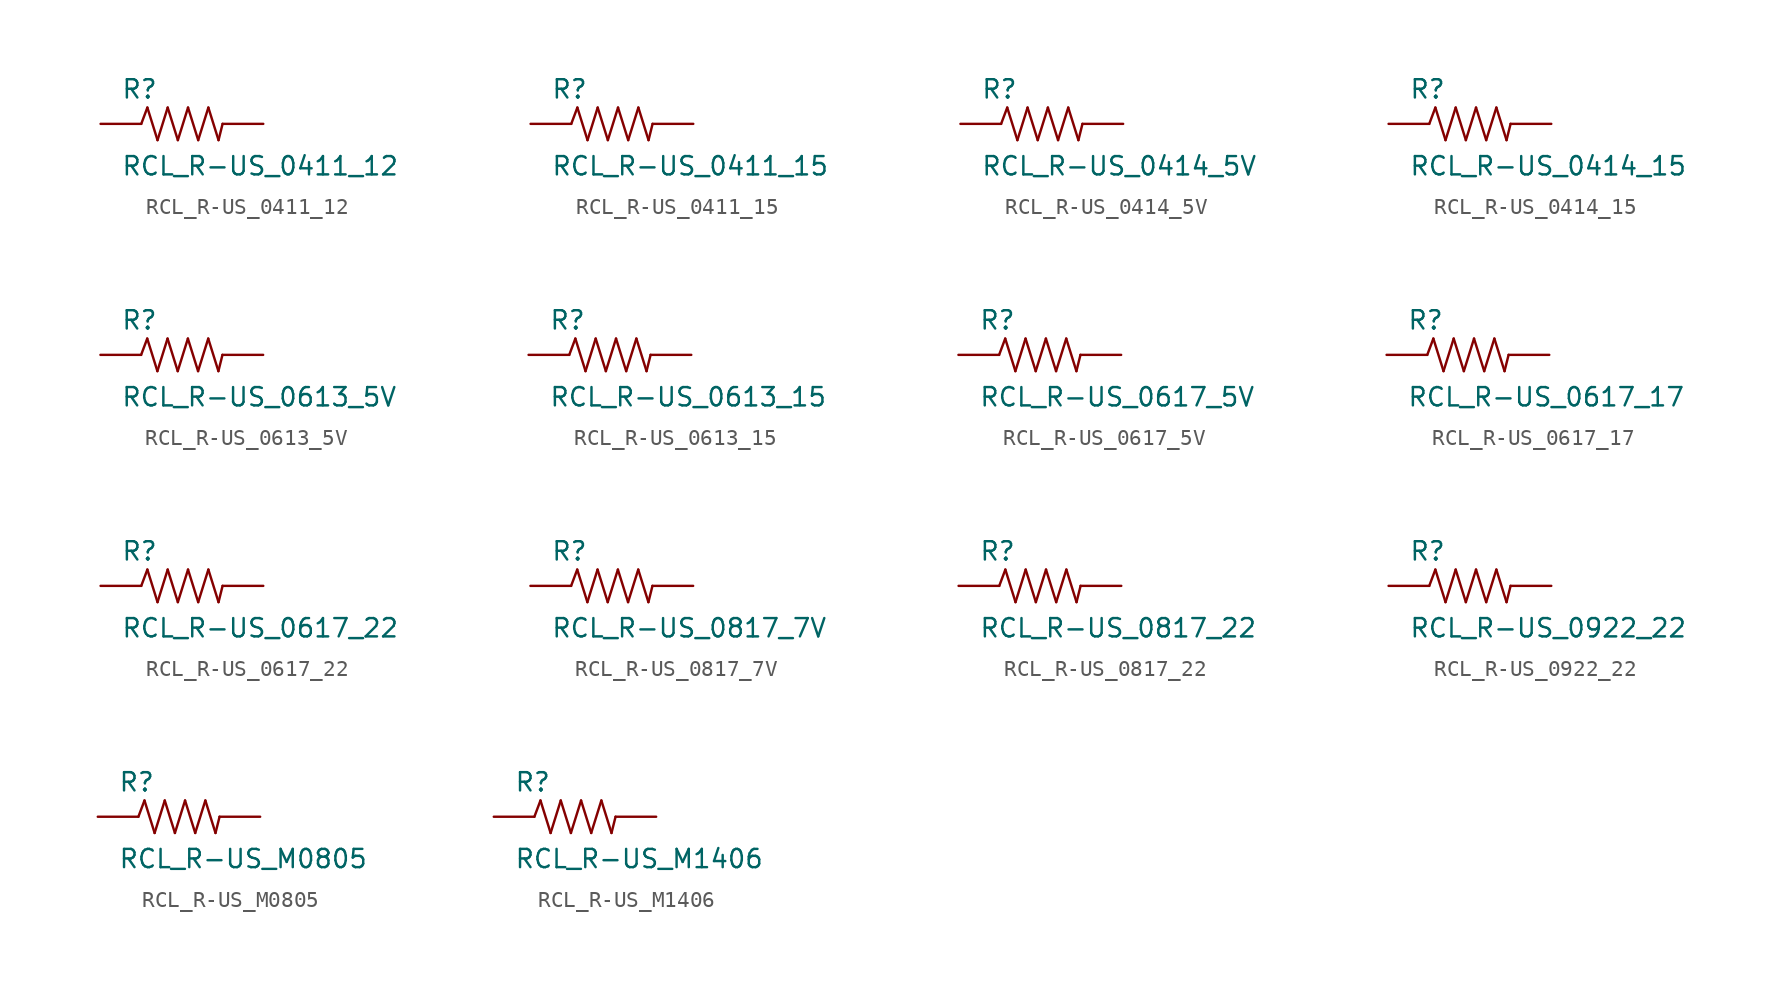
<source format=kicad_sym>
(kicad_symbol_lib
  (version 20210619)
  (generator kicad_symbol_editor)
  (symbol "RCL_R-US_0411_12"
    (pin_numbers hide)
    (pin_names
      (offset 1.016) hide)
    (property "Reference" "R"
      (at -3.81 1.499 0)
      (effects (font (size 1.143 1.143)) (justify left bottom)))
    (property "Value" "RCL_R-US_0411_12"
      (at -3.81 -3.302 0)
      (effects (font (size 1.143 1.143)) (justify left bottom)))
    (property "ki_locked" ""
      (at 0 0 0)
      (effects (font (size 1.27 1.27))))
    (symbol "RCL_R-US_0411_12_1_0"
      (polyline (pts (xy -2.54 0) (xy -2.159 1.016)) (stroke (width 0)) (fill (type none)))
      (polyline (pts (xy -2.159 1.016) (xy -1.524 -1.016)) (stroke (width 0)) (fill (type none)))
      (polyline (pts (xy -1.524 -1.016) (xy -0.889 1.016)) (stroke (width 0)) (fill (type none)))
      (polyline (pts (xy -0.889 1.016) (xy -0.254 -1.016)) (stroke (width 0)) (fill (type none)))
      (polyline (pts (xy -0.254 -1.016) (xy 0.381 1.016)) (stroke (width 0)) (fill (type none)))
      (polyline (pts (xy 0.381 1.016) (xy 1.016 -1.016)) (stroke (width 0)) (fill (type none)))
      (polyline (pts (xy 1.016 -1.016) (xy 1.651 1.016)) (stroke (width 0)) (fill (type none)))
      (polyline (pts (xy 1.651 1.016) (xy 2.286 -1.016)) (stroke (width 0)) (fill (type none)))
      (polyline (pts (xy 2.286 -1.016) (xy 2.54 0)) (stroke (width 0)) (fill (type none))))
    (symbol "RCL_R-US_0411_12_1_1"
      (pin passive line (at -5.08 0 0) (length 2.54) (name "1" (effects (font (size 1.016 1.016)))) (number "1" (effects (font (size 1.016 1.016)))))
      (pin passive line (at 5.08 0 180) (length 2.54) (name "2" (effects (font (size 1.016 1.016)))) (number "2" (effects (font (size 1.016 1.016)))))))
  (symbol "RCL_R-US_0411_15"
    (pin_numbers hide)
    (pin_names
      (offset 1.016) hide)
    (property "Reference" "R"
      (at -3.81 1.499 0)
      (effects (font (size 1.143 1.143)) (justify left bottom)))
    (property "Value" "RCL_R-US_0411_15"
      (at -3.81 -3.302 0)
      (effects (font (size 1.143 1.143)) (justify left bottom)))
    (property "ki_locked" ""
      (at 0 0 0)
      (effects (font (size 1.27 1.27))))
    (symbol "RCL_R-US_0411_15_1_0"
      (polyline (pts (xy -2.54 0) (xy -2.159 1.016)) (stroke (width 0)) (fill (type none)))
      (polyline (pts (xy -2.159 1.016) (xy -1.524 -1.016)) (stroke (width 0)) (fill (type none)))
      (polyline (pts (xy -1.524 -1.016) (xy -0.889 1.016)) (stroke (width 0)) (fill (type none)))
      (polyline (pts (xy -0.889 1.016) (xy -0.254 -1.016)) (stroke (width 0)) (fill (type none)))
      (polyline (pts (xy -0.254 -1.016) (xy 0.381 1.016)) (stroke (width 0)) (fill (type none)))
      (polyline (pts (xy 0.381 1.016) (xy 1.016 -1.016)) (stroke (width 0)) (fill (type none)))
      (polyline (pts (xy 1.016 -1.016) (xy 1.651 1.016)) (stroke (width 0)) (fill (type none)))
      (polyline (pts (xy 1.651 1.016) (xy 2.286 -1.016)) (stroke (width 0)) (fill (type none)))
      (polyline (pts (xy 2.286 -1.016) (xy 2.54 0)) (stroke (width 0)) (fill (type none))))
    (symbol "RCL_R-US_0411_15_1_1"
      (pin passive line (at -5.08 0 0) (length 2.54) (name "1" (effects (font (size 1.016 1.016)))) (number "1" (effects (font (size 1.016 1.016)))))
      (pin passive line (at 5.08 0 180) (length 2.54) (name "2" (effects (font (size 1.016 1.016)))) (number "2" (effects (font (size 1.016 1.016)))))))
  (symbol "RCL_R-US_0414_5V"
    (pin_numbers hide)
    (pin_names
      (offset 1.016) hide)
    (property "Reference" "R"
      (at -3.81 1.499 0)
      (effects (font (size 1.143 1.143)) (justify left bottom)))
    (property "Value" "RCL_R-US_0414_5V"
      (at -3.81 -3.302 0)
      (effects (font (size 1.143 1.143)) (justify left bottom)))
    (property "ki_locked" ""
      (at 0 0 0)
      (effects (font (size 1.27 1.27))))
    (symbol "RCL_R-US_0414_5V_1_0"
      (polyline (pts (xy -2.54 0) (xy -2.159 1.016)) (stroke (width 0)) (fill (type none)))
      (polyline (pts (xy -2.159 1.016) (xy -1.524 -1.016)) (stroke (width 0)) (fill (type none)))
      (polyline (pts (xy -1.524 -1.016) (xy -0.889 1.016)) (stroke (width 0)) (fill (type none)))
      (polyline (pts (xy -0.889 1.016) (xy -0.254 -1.016)) (stroke (width 0)) (fill (type none)))
      (polyline (pts (xy -0.254 -1.016) (xy 0.381 1.016)) (stroke (width 0)) (fill (type none)))
      (polyline (pts (xy 0.381 1.016) (xy 1.016 -1.016)) (stroke (width 0)) (fill (type none)))
      (polyline (pts (xy 1.016 -1.016) (xy 1.651 1.016)) (stroke (width 0)) (fill (type none)))
      (polyline (pts (xy 1.651 1.016) (xy 2.286 -1.016)) (stroke (width 0)) (fill (type none)))
      (polyline (pts (xy 2.286 -1.016) (xy 2.54 0)) (stroke (width 0)) (fill (type none))))
    (symbol "RCL_R-US_0414_5V_1_1"
      (pin passive line (at -5.08 0 0) (length 2.54) (name "1" (effects (font (size 1.016 1.016)))) (number "1" (effects (font (size 1.016 1.016)))))
      (pin passive line (at 5.08 0 180) (length 2.54) (name "2" (effects (font (size 1.016 1.016)))) (number "2" (effects (font (size 1.016 1.016)))))))
  (symbol "RCL_R-US_0414_15"
    (pin_numbers hide)
    (pin_names
      (offset 1.016) hide)
    (property "Reference" "R"
      (at -3.81 1.499 0)
      (effects (font (size 1.143 1.143)) (justify left bottom)))
    (property "Value" "RCL_R-US_0414_15"
      (at -3.81 -3.302 0)
      (effects (font (size 1.143 1.143)) (justify left bottom)))
    (property "ki_locked" ""
      (at 0 0 0)
      (effects (font (size 1.27 1.27))))
    (symbol "RCL_R-US_0414_15_1_0"
      (polyline (pts (xy -2.54 0) (xy -2.159 1.016)) (stroke (width 0)) (fill (type none)))
      (polyline (pts (xy -2.159 1.016) (xy -1.524 -1.016)) (stroke (width 0)) (fill (type none)))
      (polyline (pts (xy -1.524 -1.016) (xy -0.889 1.016)) (stroke (width 0)) (fill (type none)))
      (polyline (pts (xy -0.889 1.016) (xy -0.254 -1.016)) (stroke (width 0)) (fill (type none)))
      (polyline (pts (xy -0.254 -1.016) (xy 0.381 1.016)) (stroke (width 0)) (fill (type none)))
      (polyline (pts (xy 0.381 1.016) (xy 1.016 -1.016)) (stroke (width 0)) (fill (type none)))
      (polyline (pts (xy 1.016 -1.016) (xy 1.651 1.016)) (stroke (width 0)) (fill (type none)))
      (polyline (pts (xy 1.651 1.016) (xy 2.286 -1.016)) (stroke (width 0)) (fill (type none)))
      (polyline (pts (xy 2.286 -1.016) (xy 2.54 0)) (stroke (width 0)) (fill (type none))))
    (symbol "RCL_R-US_0414_15_1_1"
      (pin passive line (at -5.08 0 0) (length 2.54) (name "1" (effects (font (size 1.016 1.016)))) (number "1" (effects (font (size 1.016 1.016)))))
      (pin passive line (at 5.08 0 180) (length 2.54) (name "2" (effects (font (size 1.016 1.016)))) (number "2" (effects (font (size 1.016 1.016)))))))
  (symbol "RCL_R-US_0613_5V"
    (pin_numbers hide)
    (pin_names
      (offset 1.016) hide)
    (property "Reference" "R"
      (at -3.81 1.499 0)
      (effects (font (size 1.143 1.143)) (justify left bottom)))
    (property "Value" "RCL_R-US_0613_5V"
      (at -3.81 -3.302 0)
      (effects (font (size 1.143 1.143)) (justify left bottom)))
    (property "ki_locked" ""
      (at 0 0 0)
      (effects (font (size 1.27 1.27))))
    (symbol "RCL_R-US_0613_5V_1_0"
      (polyline (pts (xy -2.54 0) (xy -2.159 1.016)) (stroke (width 0)) (fill (type none)))
      (polyline (pts (xy -2.159 1.016) (xy -1.524 -1.016)) (stroke (width 0)) (fill (type none)))
      (polyline (pts (xy -1.524 -1.016) (xy -0.889 1.016)) (stroke (width 0)) (fill (type none)))
      (polyline (pts (xy -0.889 1.016) (xy -0.254 -1.016)) (stroke (width 0)) (fill (type none)))
      (polyline (pts (xy -0.254 -1.016) (xy 0.381 1.016)) (stroke (width 0)) (fill (type none)))
      (polyline (pts (xy 0.381 1.016) (xy 1.016 -1.016)) (stroke (width 0)) (fill (type none)))
      (polyline (pts (xy 1.016 -1.016) (xy 1.651 1.016)) (stroke (width 0)) (fill (type none)))
      (polyline (pts (xy 1.651 1.016) (xy 2.286 -1.016)) (stroke (width 0)) (fill (type none)))
      (polyline (pts (xy 2.286 -1.016) (xy 2.54 0)) (stroke (width 0)) (fill (type none))))
    (symbol "RCL_R-US_0613_5V_1_1"
      (pin passive line (at -5.08 0 0) (length 2.54) (name "1" (effects (font (size 1.016 1.016)))) (number "1" (effects (font (size 1.016 1.016)))))
      (pin passive line (at 5.08 0 180) (length 2.54) (name "2" (effects (font (size 1.016 1.016)))) (number "2" (effects (font (size 1.016 1.016)))))))
  (symbol "RCL_R-US_0613_15"
    (pin_numbers hide)
    (pin_names
      (offset 1.016) hide)
    (property "Reference" "R"
      (at -3.81 1.499 0)
      (effects (font (size 1.143 1.143)) (justify left bottom)))
    (property "Value" "RCL_R-US_0613_15"
      (at -3.81 -3.302 0)
      (effects (font (size 1.143 1.143)) (justify left bottom)))
    (property "ki_locked" ""
      (at 0 0 0)
      (effects (font (size 1.27 1.27))))
    (symbol "RCL_R-US_0613_15_1_0"
      (polyline (pts (xy -2.54 0) (xy -2.159 1.016)) (stroke (width 0)) (fill (type none)))
      (polyline (pts (xy -2.159 1.016) (xy -1.524 -1.016)) (stroke (width 0)) (fill (type none)))
      (polyline (pts (xy -1.524 -1.016) (xy -0.889 1.016)) (stroke (width 0)) (fill (type none)))
      (polyline (pts (xy -0.889 1.016) (xy -0.254 -1.016)) (stroke (width 0)) (fill (type none)))
      (polyline (pts (xy -0.254 -1.016) (xy 0.381 1.016)) (stroke (width 0)) (fill (type none)))
      (polyline (pts (xy 0.381 1.016) (xy 1.016 -1.016)) (stroke (width 0)) (fill (type none)))
      (polyline (pts (xy 1.016 -1.016) (xy 1.651 1.016)) (stroke (width 0)) (fill (type none)))
      (polyline (pts (xy 1.651 1.016) (xy 2.286 -1.016)) (stroke (width 0)) (fill (type none)))
      (polyline (pts (xy 2.286 -1.016) (xy 2.54 0)) (stroke (width 0)) (fill (type none))))
    (symbol "RCL_R-US_0613_15_1_1"
      (pin passive line (at -5.08 0 0) (length 2.54) (name "1" (effects (font (size 1.016 1.016)))) (number "1" (effects (font (size 1.016 1.016)))))
      (pin passive line (at 5.08 0 180) (length 2.54) (name "2" (effects (font (size 1.016 1.016)))) (number "2" (effects (font (size 1.016 1.016)))))))
  (symbol "RCL_R-US_0617_5V"
    (pin_numbers hide)
    (pin_names
      (offset 1.016) hide)
    (property "Reference" "R"
      (at -3.81 1.499 0)
      (effects (font (size 1.143 1.143)) (justify left bottom)))
    (property "Value" "RCL_R-US_0617_5V"
      (at -3.81 -3.302 0)
      (effects (font (size 1.143 1.143)) (justify left bottom)))
    (property "ki_locked" ""
      (at 0 0 0)
      (effects (font (size 1.27 1.27))))
    (symbol "RCL_R-US_0617_5V_1_0"
      (polyline (pts (xy -2.54 0) (xy -2.159 1.016)) (stroke (width 0)) (fill (type none)))
      (polyline (pts (xy -2.159 1.016) (xy -1.524 -1.016)) (stroke (width 0)) (fill (type none)))
      (polyline (pts (xy -1.524 -1.016) (xy -0.889 1.016)) (stroke (width 0)) (fill (type none)))
      (polyline (pts (xy -0.889 1.016) (xy -0.254 -1.016)) (stroke (width 0)) (fill (type none)))
      (polyline (pts (xy -0.254 -1.016) (xy 0.381 1.016)) (stroke (width 0)) (fill (type none)))
      (polyline (pts (xy 0.381 1.016) (xy 1.016 -1.016)) (stroke (width 0)) (fill (type none)))
      (polyline (pts (xy 1.016 -1.016) (xy 1.651 1.016)) (stroke (width 0)) (fill (type none)))
      (polyline (pts (xy 1.651 1.016) (xy 2.286 -1.016)) (stroke (width 0)) (fill (type none)))
      (polyline (pts (xy 2.286 -1.016) (xy 2.54 0)) (stroke (width 0)) (fill (type none))))
    (symbol "RCL_R-US_0617_5V_1_1"
      (pin passive line (at -5.08 0 0) (length 2.54) (name "1" (effects (font (size 1.016 1.016)))) (number "1" (effects (font (size 1.016 1.016)))))
      (pin passive line (at 5.08 0 180) (length 2.54) (name "2" (effects (font (size 1.016 1.016)))) (number "2" (effects (font (size 1.016 1.016)))))))
  (symbol "RCL_R-US_0617_17"
    (pin_numbers hide)
    (pin_names
      (offset 1.016) hide)
    (property "Reference" "R"
      (at -3.81 1.499 0)
      (effects (font (size 1.143 1.143)) (justify left bottom)))
    (property "Value" "RCL_R-US_0617_17"
      (at -3.81 -3.302 0)
      (effects (font (size 1.143 1.143)) (justify left bottom)))
    (property "ki_locked" ""
      (at 0 0 0)
      (effects (font (size 1.27 1.27))))
    (symbol "RCL_R-US_0617_17_1_0"
      (polyline (pts (xy -2.54 0) (xy -2.159 1.016)) (stroke (width 0)) (fill (type none)))
      (polyline (pts (xy -2.159 1.016) (xy -1.524 -1.016)) (stroke (width 0)) (fill (type none)))
      (polyline (pts (xy -1.524 -1.016) (xy -0.889 1.016)) (stroke (width 0)) (fill (type none)))
      (polyline (pts (xy -0.889 1.016) (xy -0.254 -1.016)) (stroke (width 0)) (fill (type none)))
      (polyline (pts (xy -0.254 -1.016) (xy 0.381 1.016)) (stroke (width 0)) (fill (type none)))
      (polyline (pts (xy 0.381 1.016) (xy 1.016 -1.016)) (stroke (width 0)) (fill (type none)))
      (polyline (pts (xy 1.016 -1.016) (xy 1.651 1.016)) (stroke (width 0)) (fill (type none)))
      (polyline (pts (xy 1.651 1.016) (xy 2.286 -1.016)) (stroke (width 0)) (fill (type none)))
      (polyline (pts (xy 2.286 -1.016) (xy 2.54 0)) (stroke (width 0)) (fill (type none))))
    (symbol "RCL_R-US_0617_17_1_1"
      (pin passive line (at -5.08 0 0) (length 2.54) (name "1" (effects (font (size 1.016 1.016)))) (number "1" (effects (font (size 1.016 1.016)))))
      (pin passive line (at 5.08 0 180) (length 2.54) (name "2" (effects (font (size 1.016 1.016)))) (number "2" (effects (font (size 1.016 1.016)))))))
  (symbol "RCL_R-US_0617_22"
    (pin_numbers hide)
    (pin_names
      (offset 1.016) hide)
    (property "Reference" "R"
      (at -3.81 1.499 0)
      (effects (font (size 1.143 1.143)) (justify left bottom)))
    (property "Value" "RCL_R-US_0617_22"
      (at -3.81 -3.302 0)
      (effects (font (size 1.143 1.143)) (justify left bottom)))
    (property "ki_locked" ""
      (at 0 0 0)
      (effects (font (size 1.27 1.27))))
    (symbol "RCL_R-US_0617_22_1_0"
      (polyline (pts (xy -2.54 0) (xy -2.159 1.016)) (stroke (width 0)) (fill (type none)))
      (polyline (pts (xy -2.159 1.016) (xy -1.524 -1.016)) (stroke (width 0)) (fill (type none)))
      (polyline (pts (xy -1.524 -1.016) (xy -0.889 1.016)) (stroke (width 0)) (fill (type none)))
      (polyline (pts (xy -0.889 1.016) (xy -0.254 -1.016)) (stroke (width 0)) (fill (type none)))
      (polyline (pts (xy -0.254 -1.016) (xy 0.381 1.016)) (stroke (width 0)) (fill (type none)))
      (polyline (pts (xy 0.381 1.016) (xy 1.016 -1.016)) (stroke (width 0)) (fill (type none)))
      (polyline (pts (xy 1.016 -1.016) (xy 1.651 1.016)) (stroke (width 0)) (fill (type none)))
      (polyline (pts (xy 1.651 1.016) (xy 2.286 -1.016)) (stroke (width 0)) (fill (type none)))
      (polyline (pts (xy 2.286 -1.016) (xy 2.54 0)) (stroke (width 0)) (fill (type none))))
    (symbol "RCL_R-US_0617_22_1_1"
      (pin passive line (at -5.08 0 0) (length 2.54) (name "1" (effects (font (size 1.016 1.016)))) (number "1" (effects (font (size 1.016 1.016)))))
      (pin passive line (at 5.08 0 180) (length 2.54) (name "2" (effects (font (size 1.016 1.016)))) (number "2" (effects (font (size 1.016 1.016)))))))
  (symbol "RCL_R-US_0817_7V"
    (pin_numbers hide)
    (pin_names
      (offset 1.016) hide)
    (property "Reference" "R"
      (at -3.81 1.499 0)
      (effects (font (size 1.143 1.143)) (justify left bottom)))
    (property "Value" "RCL_R-US_0817_7V"
      (at -3.81 -3.302 0)
      (effects (font (size 1.143 1.143)) (justify left bottom)))
    (property "ki_locked" ""
      (at 0 0 0)
      (effects (font (size 1.27 1.27))))
    (symbol "RCL_R-US_0817_7V_1_0"
      (polyline (pts (xy -2.54 0) (xy -2.159 1.016)) (stroke (width 0)) (fill (type none)))
      (polyline (pts (xy -2.159 1.016) (xy -1.524 -1.016)) (stroke (width 0)) (fill (type none)))
      (polyline (pts (xy -1.524 -1.016) (xy -0.889 1.016)) (stroke (width 0)) (fill (type none)))
      (polyline (pts (xy -0.889 1.016) (xy -0.254 -1.016)) (stroke (width 0)) (fill (type none)))
      (polyline (pts (xy -0.254 -1.016) (xy 0.381 1.016)) (stroke (width 0)) (fill (type none)))
      (polyline (pts (xy 0.381 1.016) (xy 1.016 -1.016)) (stroke (width 0)) (fill (type none)))
      (polyline (pts (xy 1.016 -1.016) (xy 1.651 1.016)) (stroke (width 0)) (fill (type none)))
      (polyline (pts (xy 1.651 1.016) (xy 2.286 -1.016)) (stroke (width 0)) (fill (type none)))
      (polyline (pts (xy 2.286 -1.016) (xy 2.54 0)) (stroke (width 0)) (fill (type none))))
    (symbol "RCL_R-US_0817_7V_1_1"
      (pin passive line (at -5.08 0 0) (length 2.54) (name "1" (effects (font (size 1.016 1.016)))) (number "1" (effects (font (size 1.016 1.016)))))
      (pin passive line (at 5.08 0 180) (length 2.54) (name "2" (effects (font (size 1.016 1.016)))) (number "2" (effects (font (size 1.016 1.016)))))))
  (symbol "RCL_R-US_0817_22"
    (pin_numbers hide)
    (pin_names
      (offset 1.016) hide)
    (property "Reference" "R"
      (at -3.81 1.499 0)
      (effects (font (size 1.143 1.143)) (justify left bottom)))
    (property "Value" "RCL_R-US_0817_22"
      (at -3.81 -3.302 0)
      (effects (font (size 1.143 1.143)) (justify left bottom)))
    (property "ki_locked" ""
      (at 0 0 0)
      (effects (font (size 1.27 1.27))))
    (symbol "RCL_R-US_0817_22_1_0"
      (polyline (pts (xy -2.54 0) (xy -2.159 1.016)) (stroke (width 0)) (fill (type none)))
      (polyline (pts (xy -2.159 1.016) (xy -1.524 -1.016)) (stroke (width 0)) (fill (type none)))
      (polyline (pts (xy -1.524 -1.016) (xy -0.889 1.016)) (stroke (width 0)) (fill (type none)))
      (polyline (pts (xy -0.889 1.016) (xy -0.254 -1.016)) (stroke (width 0)) (fill (type none)))
      (polyline (pts (xy -0.254 -1.016) (xy 0.381 1.016)) (stroke (width 0)) (fill (type none)))
      (polyline (pts (xy 0.381 1.016) (xy 1.016 -1.016)) (stroke (width 0)) (fill (type none)))
      (polyline (pts (xy 1.016 -1.016) (xy 1.651 1.016)) (stroke (width 0)) (fill (type none)))
      (polyline (pts (xy 1.651 1.016) (xy 2.286 -1.016)) (stroke (width 0)) (fill (type none)))
      (polyline (pts (xy 2.286 -1.016) (xy 2.54 0)) (stroke (width 0)) (fill (type none))))
    (symbol "RCL_R-US_0817_22_1_1"
      (pin passive line (at -5.08 0 0) (length 2.54) (name "1" (effects (font (size 1.016 1.016)))) (number "1" (effects (font (size 1.016 1.016)))))
      (pin passive line (at 5.08 0 180) (length 2.54) (name "2" (effects (font (size 1.016 1.016)))) (number "2" (effects (font (size 1.016 1.016)))))))
  (symbol "RCL_R-US_0922_22"
    (pin_numbers hide)
    (pin_names
      (offset 1.016) hide)
    (property "Reference" "R"
      (at -3.81 1.499 0)
      (effects (font (size 1.143 1.143)) (justify left bottom)))
    (property "Value" "RCL_R-US_0922_22"
      (at -3.81 -3.302 0)
      (effects (font (size 1.143 1.143)) (justify left bottom)))
    (property "ki_locked" ""
      (at 0 0 0)
      (effects (font (size 1.27 1.27))))
    (symbol "RCL_R-US_0922_22_1_0"
      (polyline (pts (xy -2.54 0) (xy -2.159 1.016)) (stroke (width 0)) (fill (type none)))
      (polyline (pts (xy -2.159 1.016) (xy -1.524 -1.016)) (stroke (width 0)) (fill (type none)))
      (polyline (pts (xy -1.524 -1.016) (xy -0.889 1.016)) (stroke (width 0)) (fill (type none)))
      (polyline (pts (xy -0.889 1.016) (xy -0.254 -1.016)) (stroke (width 0)) (fill (type none)))
      (polyline (pts (xy -0.254 -1.016) (xy 0.381 1.016)) (stroke (width 0)) (fill (type none)))
      (polyline (pts (xy 0.381 1.016) (xy 1.016 -1.016)) (stroke (width 0)) (fill (type none)))
      (polyline (pts (xy 1.016 -1.016) (xy 1.651 1.016)) (stroke (width 0)) (fill (type none)))
      (polyline (pts (xy 1.651 1.016) (xy 2.286 -1.016)) (stroke (width 0)) (fill (type none)))
      (polyline (pts (xy 2.286 -1.016) (xy 2.54 0)) (stroke (width 0)) (fill (type none))))
    (symbol "RCL_R-US_0922_22_1_1"
      (pin passive line (at -5.08 0 0) (length 2.54) (name "1" (effects (font (size 1.016 1.016)))) (number "1" (effects (font (size 1.016 1.016)))))
      (pin passive line (at 5.08 0 180) (length 2.54) (name "2" (effects (font (size 1.016 1.016)))) (number "2" (effects (font (size 1.016 1.016)))))))
  (symbol "RCL_R-US_M0805"
    (pin_numbers hide)
    (pin_names
      (offset 1.016) hide)
    (property "Reference" "R"
      (at -3.81 1.499 0)
      (effects (font (size 1.143 1.143)) (justify left bottom)))
    (property "Value" "RCL_R-US_M0805"
      (at -3.81 -3.302 0)
      (effects (font (size 1.143 1.143)) (justify left bottom)))
    (property "ki_locked" ""
      (at 0 0 0)
      (effects (font (size 1.27 1.27))))
    (symbol "RCL_R-US_M0805_1_0"
      (polyline (pts (xy -2.54 0) (xy -2.159 1.016)) (stroke (width 0)) (fill (type none)))
      (polyline (pts (xy -2.159 1.016) (xy -1.524 -1.016)) (stroke (width 0)) (fill (type none)))
      (polyline (pts (xy -1.524 -1.016) (xy -0.889 1.016)) (stroke (width 0)) (fill (type none)))
      (polyline (pts (xy -0.889 1.016) (xy -0.254 -1.016)) (stroke (width 0)) (fill (type none)))
      (polyline (pts (xy -0.254 -1.016) (xy 0.381 1.016)) (stroke (width 0)) (fill (type none)))
      (polyline (pts (xy 0.381 1.016) (xy 1.016 -1.016)) (stroke (width 0)) (fill (type none)))
      (polyline (pts (xy 1.016 -1.016) (xy 1.651 1.016)) (stroke (width 0)) (fill (type none)))
      (polyline (pts (xy 1.651 1.016) (xy 2.286 -1.016)) (stroke (width 0)) (fill (type none)))
      (polyline (pts (xy 2.286 -1.016) (xy 2.54 0)) (stroke (width 0)) (fill (type none))))
    (symbol "RCL_R-US_M0805_1_1"
      (pin passive line (at -5.08 0 0) (length 2.54) (name "1" (effects (font (size 1.016 1.016)))) (number "1" (effects (font (size 1.016 1.016)))))
      (pin passive line (at 5.08 0 180) (length 2.54) (name "2" (effects (font (size 1.016 1.016)))) (number "2" (effects (font (size 1.016 1.016)))))))
  (symbol "RCL_R-US_M1406"
    (pin_numbers hide)
    (pin_names
      (offset 1.016) hide)
    (property "Reference" "R"
      (at -3.81 1.499 0)
      (effects (font (size 1.143 1.143)) (justify left bottom)))
    (property "Value" "RCL_R-US_M1406"
      (at -3.81 -3.302 0)
      (effects (font (size 1.143 1.143)) (justify left bottom)))
    (property "ki_locked" ""
      (at 0 0 0)
      (effects (font (size 1.27 1.27))))
    (symbol "RCL_R-US_M1406_1_0"
      (polyline (pts (xy -2.54 0) (xy -2.159 1.016)) (stroke (width 0)) (fill (type none)))
      (polyline (pts (xy -2.159 1.016) (xy -1.524 -1.016)) (stroke (width 0)) (fill (type none)))
      (polyline (pts (xy -1.524 -1.016) (xy -0.889 1.016)) (stroke (width 0)) (fill (type none)))
      (polyline (pts (xy -0.889 1.016) (xy -0.254 -1.016)) (stroke (width 0)) (fill (type none)))
      (polyline (pts (xy -0.254 -1.016) (xy 0.381 1.016)) (stroke (width 0)) (fill (type none)))
      (polyline (pts (xy 0.381 1.016) (xy 1.016 -1.016)) (stroke (width 0)) (fill (type none)))
      (polyline (pts (xy 1.016 -1.016) (xy 1.651 1.016)) (stroke (width 0)) (fill (type none)))
      (polyline (pts (xy 1.651 1.016) (xy 2.286 -1.016)) (stroke (width 0)) (fill (type none)))
      (polyline (pts (xy 2.286 -1.016) (xy 2.54 0)) (stroke (width 0)) (fill (type none))))
    (symbol "RCL_R-US_M1406_1_1"
      (pin passive line (at -5.08 0 0) (length 2.54) (name "1" (effects (font (size 1.016 1.016)))) (number "1" (effects (font (size 1.016 1.016)))))
      (pin passive line (at 5.08 0 180) (length 2.54) (name "2" (effects (font (size 1.016 1.016)))) (number "2" (effects (font (size 1.016 1.016))))))))
</source>
